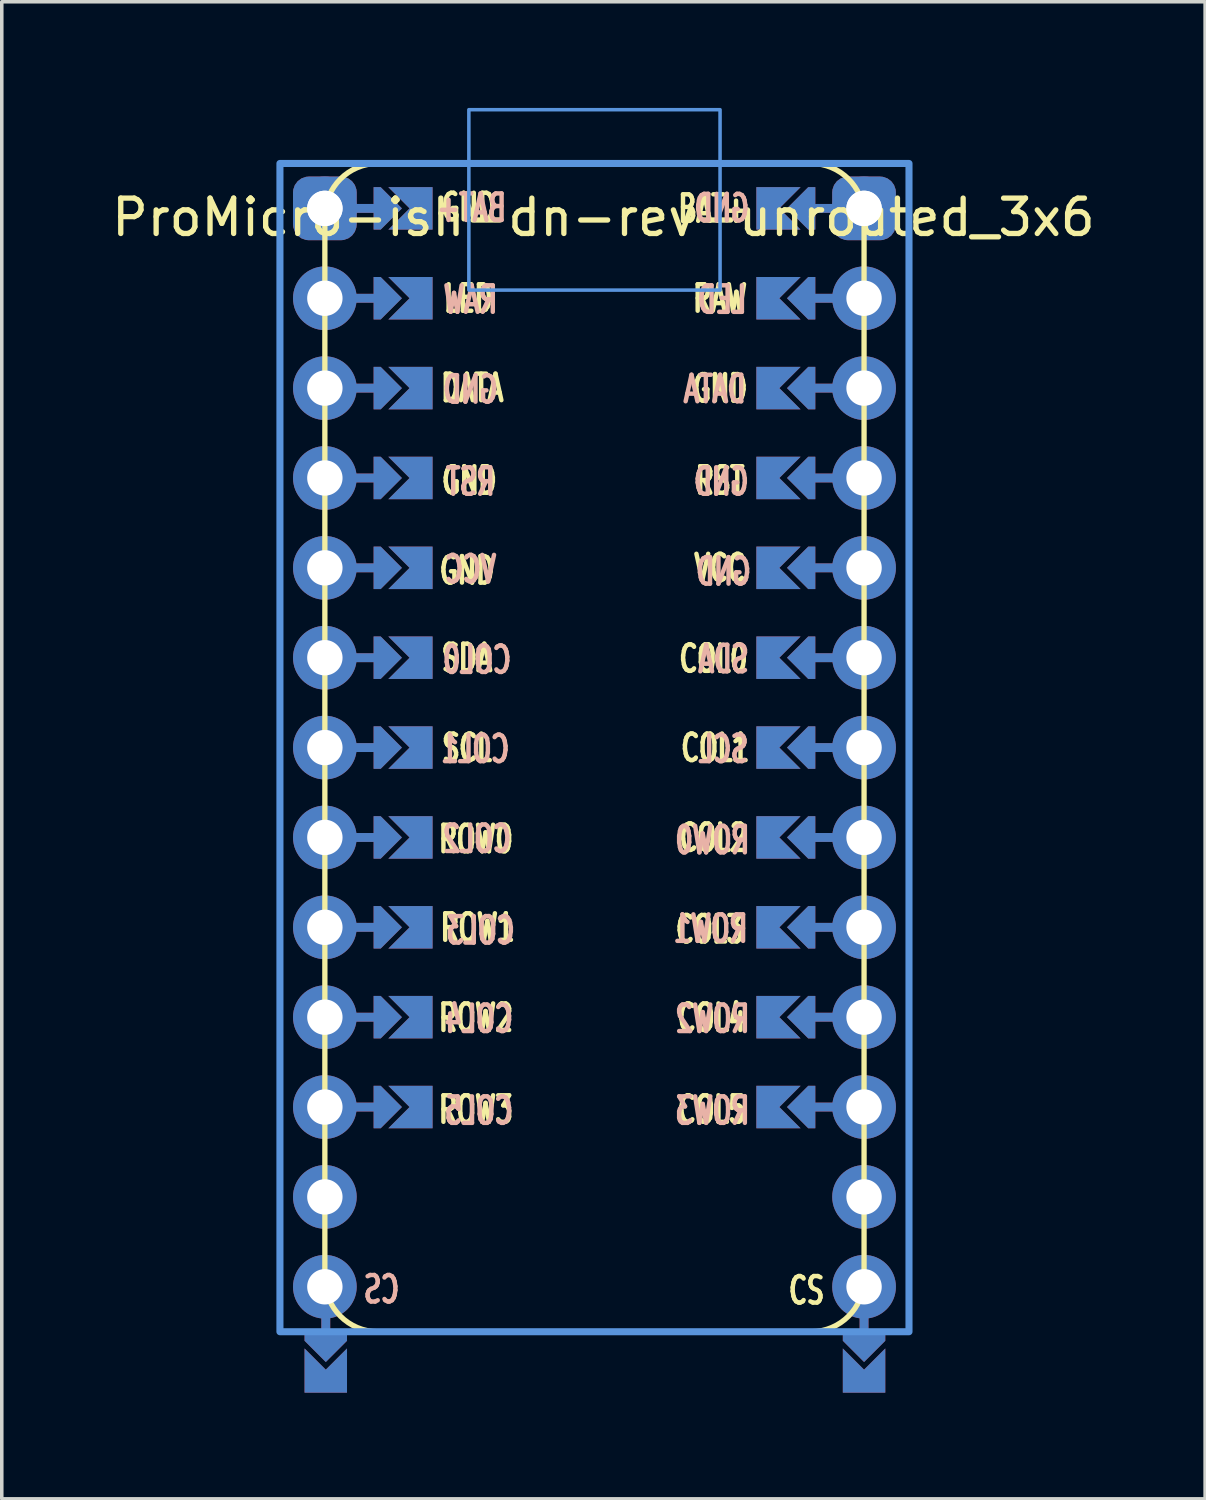
<source format=kicad_pcb>
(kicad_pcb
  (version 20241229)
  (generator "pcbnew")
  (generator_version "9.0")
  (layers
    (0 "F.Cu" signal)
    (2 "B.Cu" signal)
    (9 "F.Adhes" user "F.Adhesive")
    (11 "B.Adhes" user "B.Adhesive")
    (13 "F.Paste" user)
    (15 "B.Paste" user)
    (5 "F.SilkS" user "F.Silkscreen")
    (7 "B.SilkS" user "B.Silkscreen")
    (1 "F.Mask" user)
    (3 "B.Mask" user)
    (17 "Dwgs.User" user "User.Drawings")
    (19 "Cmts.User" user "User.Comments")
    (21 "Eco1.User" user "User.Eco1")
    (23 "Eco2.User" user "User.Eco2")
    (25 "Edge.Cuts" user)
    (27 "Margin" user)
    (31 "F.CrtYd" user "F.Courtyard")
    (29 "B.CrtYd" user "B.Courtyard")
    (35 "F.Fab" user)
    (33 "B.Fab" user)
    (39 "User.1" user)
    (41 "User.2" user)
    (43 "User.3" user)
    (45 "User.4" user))
  (footprint "ProMicro-ish-dn-rev-unrouted_3x6"
    (layer "F.Cu")
    (at 13.6 19.401)
    (property "Reference" "ProMicro-ish-dn-rev-unrouted_3x6" (at 0.406 -16.307 0) (layer "F.SilkS") (effects (font (size 1 1) (thickness 0.15))))
    (attr through_hole)
    (fp_poly (pts (xy -6.934 16.408) (xy -7.95 16.408) (xy -7.95 15.392) (xy -6.934 15.392)) (stroke (width 0.1) (type solid)) (fill yes) (layer "F.Mask"))
    (fp_poly (pts (xy -4.928 -14.529) (xy -4.928 -13.513) (xy -5.944 -13.513) (xy -5.944 -14.529)) (stroke (width 0.1) (type solid)) (fill yes) (layer "F.Mask"))
    (fp_poly (pts (xy -4.928 -11.989) (xy -4.928 -10.973) (xy -5.944 -10.973) (xy -5.944 -11.989)) (stroke (width 0.1) (type solid)) (fill yes) (layer "F.Mask"))
    (fp_poly (pts (xy -4.928 -9.449) (xy -4.928 -8.433) (xy -5.944 -8.433) (xy -5.944 -9.449)) (stroke (width 0.1) (type solid)) (fill yes) (layer "F.Mask"))
    (fp_poly (pts (xy -4.928 -6.909) (xy -4.928 -5.893) (xy -5.944 -5.893) (xy -5.944 -6.909)) (stroke (width 0.1) (type solid)) (fill yes) (layer "F.Mask"))
    (fp_poly (pts (xy -4.928 -4.369) (xy -4.928 -3.353) (xy -5.944 -3.353) (xy -5.944 -4.369)) (stroke (width 0.1) (type solid)) (fill yes) (layer "F.Mask"))
    (fp_poly (pts (xy -4.928 -1.829) (xy -4.928 -0.813) (xy -5.944 -0.813) (xy -5.944 -1.829)) (stroke (width 0.1) (type solid)) (fill yes) (layer "F.Mask"))
    (fp_poly (pts (xy -4.928 0.711) (xy -4.928 1.727) (xy -5.944 1.727) (xy -5.944 0.711)) (stroke (width 0.1) (type solid)) (fill yes) (layer "F.Mask"))
    (fp_poly (pts (xy -4.928 3.251) (xy -4.928 4.267) (xy -5.944 4.267) (xy -5.944 3.251)) (stroke (width 0.1) (type solid)) (fill yes) (layer "F.Mask"))
    (fp_poly (pts (xy -4.928 5.791) (xy -4.928 6.807) (xy -5.944 6.807) (xy -5.944 5.791)) (stroke (width 0.1) (type solid)) (fill yes) (layer "F.Mask"))
    (fp_poly (pts (xy -4.928 8.331) (xy -4.928 9.347) (xy -5.944 9.347) (xy -5.944 8.331)) (stroke (width 0.1) (type solid)) (fill yes) (layer "F.Mask"))
    (fp_poly (pts (xy 5.232 -13.513) (xy 5.232 -14.529) (xy 6.248 -14.529) (xy 6.248 -13.513)) (stroke (width 0.1) (type solid)) (fill yes) (layer "F.Mask"))
    (fp_poly (pts (xy 5.232 -10.973) (xy 5.232 -11.989) (xy 6.248 -11.989) (xy 6.248 -10.973)) (stroke (width 0.1) (type solid)) (fill yes) (layer "F.Mask"))
    (fp_poly (pts (xy 5.232 -8.433) (xy 5.232 -9.449) (xy 6.248 -9.449) (xy 6.248 -8.433)) (stroke (width 0.1) (type solid)) (fill yes) (layer "F.Mask"))
    (fp_poly (pts (xy 5.232 -5.893) (xy 5.232 -6.909) (xy 6.248 -6.909) (xy 6.248 -5.893)) (stroke (width 0.1) (type solid)) (fill yes) (layer "F.Mask"))
    (fp_poly (pts (xy 5.232 -3.353) (xy 5.232 -4.369) (xy 6.248 -4.369) (xy 6.248 -3.353)) (stroke (width 0.1) (type solid)) (fill yes) (layer "F.Mask"))
    (fp_poly (pts (xy 5.232 -0.813) (xy 5.232 -1.829) (xy 6.248 -1.829) (xy 6.248 -0.813)) (stroke (width 0.1) (type solid)) (fill yes) (layer "F.Mask"))
    (fp_poly (pts (xy 5.232 1.727) (xy 5.232 0.711) (xy 6.248 0.711) (xy 6.248 1.727)) (stroke (width 0.1) (type solid)) (fill yes) (layer "F.Mask"))
    (fp_poly (pts (xy 5.232 4.267) (xy 5.232 3.251) (xy 6.248 3.251) (xy 6.248 4.267)) (stroke (width 0.1) (type solid)) (fill yes) (layer "F.Mask"))
    (fp_poly (pts (xy 5.232 6.807) (xy 5.232 5.791) (xy 6.248 5.791) (xy 6.248 6.807)) (stroke (width 0.1) (type solid)) (fill yes) (layer "F.Mask"))
    (fp_poly (pts (xy 5.232 9.347) (xy 5.232 8.331) (xy 6.248 8.331) (xy 6.248 9.347)) (stroke (width 0.1) (type solid)) (fill yes) (layer "F.Mask"))
    (fp_poly (pts (xy 8.28 16.408) (xy 7.264 16.408) (xy 7.264 15.392) (xy 8.28 15.392)) (stroke (width 0.1) (type solid)) (fill yes) (layer "F.Mask"))
    (fp_poly (pts (xy -6.934 16.408) (xy -7.95 16.408) (xy -7.95 15.392) (xy -6.934 15.392)) (stroke (width 0.1) (type solid)) (fill yes) (layer "B.Mask"))
    (fp_poly (pts (xy -4.928 -14.529) (xy -4.928 -13.513) (xy -5.944 -13.513) (xy -5.944 -14.529)) (stroke (width 0.1) (type solid)) (fill yes) (layer "B.Mask"))
    (fp_poly (pts (xy -4.928 -11.989) (xy -4.928 -10.973) (xy -5.944 -10.973) (xy -5.944 -11.989)) (stroke (width 0.1) (type solid)) (fill yes) (layer "B.Mask"))
    (fp_poly (pts (xy -4.928 -9.449) (xy -4.928 -8.433) (xy -5.944 -8.433) (xy -5.944 -9.449)) (stroke (width 0.1) (type solid)) (fill yes) (layer "B.Mask"))
    (fp_poly (pts (xy -4.928 -6.909) (xy -4.928 -5.893) (xy -5.944 -5.893) (xy -5.944 -6.909)) (stroke (width 0.1) (type solid)) (fill yes) (layer "B.Mask"))
    (fp_poly (pts (xy -4.928 -4.369) (xy -4.928 -3.353) (xy -5.944 -3.353) (xy -5.944 -4.369)) (stroke (width 0.1) (type solid)) (fill yes) (layer "B.Mask"))
    (fp_poly (pts (xy -4.928 -1.829) (xy -4.928 -0.813) (xy -5.944 -0.813) (xy -5.944 -1.829)) (stroke (width 0.1) (type solid)) (fill yes) (layer "B.Mask"))
    (fp_poly (pts (xy -4.928 0.711) (xy -4.928 1.727) (xy -5.944 1.727) (xy -5.944 0.711)) (stroke (width 0.1) (type solid)) (fill yes) (layer "B.Mask"))
    (fp_poly (pts (xy -4.928 3.251) (xy -4.928 4.267) (xy -5.944 4.267) (xy -5.944 3.251)) (stroke (width 0.1) (type solid)) (fill yes) (layer "B.Mask"))
    (fp_poly (pts (xy -4.928 5.791) (xy -4.928 6.807) (xy -5.944 6.807) (xy -5.944 5.791)) (stroke (width 0.1) (type solid)) (fill yes) (layer "B.Mask"))
    (fp_poly (pts (xy -4.928 8.331) (xy -4.928 9.347) (xy -5.944 9.347) (xy -5.944 8.331)) (stroke (width 0.1) (type solid)) (fill yes) (layer "B.Mask"))
    (fp_poly (pts (xy 5.232 -13.513) (xy 5.232 -14.529) (xy 6.248 -14.529) (xy 6.248 -13.513)) (stroke (width 0.1) (type solid)) (fill yes) (layer "B.Mask"))
    (fp_poly (pts (xy 5.232 -10.973) (xy 5.232 -11.989) (xy 6.248 -11.989) (xy 6.248 -10.973)) (stroke (width 0.1) (type solid)) (fill yes) (layer "B.Mask"))
    (fp_poly (pts (xy 5.232 -8.433) (xy 5.232 -9.449) (xy 6.248 -9.449) (xy 6.248 -8.433)) (stroke (width 0.1) (type solid)) (fill yes) (layer "B.Mask"))
    (fp_poly (pts (xy 5.232 -5.893) (xy 5.232 -6.909) (xy 6.248 -6.909) (xy 6.248 -5.893)) (stroke (width 0.1) (type solid)) (fill yes) (layer "B.Mask"))
    (fp_poly (pts (xy 5.232 -3.353) (xy 5.232 -4.369) (xy 6.248 -4.369) (xy 6.248 -3.353)) (stroke (width 0.1) (type solid)) (fill yes) (layer "B.Mask"))
    (fp_poly (pts (xy 5.232 -0.813) (xy 5.232 -1.829) (xy 6.248 -1.829) (xy 6.248 -0.813)) (stroke (width 0.1) (type solid)) (fill yes) (layer "B.Mask"))
    (fp_poly (pts (xy 5.232 1.727) (xy 5.232 0.711) (xy 6.248 0.711) (xy 6.248 1.727)) (stroke (width 0.1) (type solid)) (fill yes) (layer "B.Mask"))
    (fp_poly (pts (xy 5.232 4.267) (xy 5.232 3.251) (xy 6.248 3.251) (xy 6.248 4.267)) (stroke (width 0.1) (type solid)) (fill yes) (layer "B.Mask"))
    (fp_poly (pts (xy 5.232 6.807) (xy 5.232 5.791) (xy 6.248 5.791) (xy 6.248 6.807)) (stroke (width 0.1) (type solid)) (fill yes) (layer "B.Mask"))
    (fp_poly (pts (xy 5.232 9.347) (xy 5.232 8.331) (xy 6.248 8.331) (xy 6.248 9.347)) (stroke (width 0.1) (type solid)) (fill yes) (layer "B.Mask"))
    (fp_poly (pts (xy 8.28 16.408) (xy 7.264 16.408) (xy 7.264 15.392) (xy 8.28 15.392)) (stroke (width 0.1) (type solid)) (fill yes) (layer "B.Mask"))
    (fp_line (start -7.468 -16.331) (end -7.468 13.749) (stroke (width 0.15) (type default)) (layer "F.SilkS"))
    (fp_line (start -5.968 15.189) (end 6.272 15.189) (stroke (width 0.15) (type default)) (layer "F.SilkS"))
    (fp_line (start 6.272 -17.831) (end -5.968 -17.831) (stroke (width 0.15) (type default)) (layer "F.SilkS"))
    (fp_line (start 7.772 13.749) (end 7.772 -16.331) (stroke (width 0.15) (type default)) (layer "F.SilkS"))
    (fp_arc (start -7.4676 -16.3308) (mid -7.02826 -17.39146) (end -5.9676 -17.8308) (stroke (width 0.15) (type default)) (layer "F.SilkS"))
    (fp_arc (start -5.9676 15.1892) (mid -7.02826 14.74986) (end -7.4676 13.6892) (stroke (width 0.15) (type default)) (layer "F.SilkS"))
    (fp_arc (start 6.2724 -17.8308) (mid 7.33306 -17.39146) (end 7.7724 -16.3308) (stroke (width 0.15) (type default)) (layer "F.SilkS"))
    (fp_arc (start 7.7724 13.6892) (mid 7.33306 14.74986) (end 6.2724 15.1892) (stroke (width 0.15) (type default)) (layer "F.SilkS"))
    (fp_rect (start -8.738 -17.831) (end 9.042 15.189) (stroke (width 0.2) (type solid)) (fill no) (layer "Cmts.User"))
    (fp_rect (start 3.702 -19.351) (end -3.398 -14.251) (stroke (width 0.1) (type default)) (fill no) (layer "Cmts.User"))
    (fp_text user "DATA" (at -3.3 -11.481 0) (layer "F.SilkS") (effects (font (size 0.75 0.5) (thickness 0.125))))
    (fp_text user "COL4" (at 3.466 6.319 0) (layer "F.SilkS") (effects (font (size 0.75 0.5) (thickness 0.125))))
    (fp_text user "COL0" (at 3.515 -3.831 0) (layer "F.SilkS") (effects (font (size 0.75 0.5) (thickness 0.125))))
    (fp_text user "BAT+" (at 3.5 -16.55 0) (layer "F.SilkS") (effects (font (size 0.75 0.5) (thickness 0.125))))
    (fp_text user "ROW2" (at -3.2 6.319 0) (layer "F.SilkS") (effects (font (size 0.75 0.5) (thickness 0.125))))
    (fp_text user "COL1" (at 3.566 -1.309 0) (layer "F.SilkS") (effects (font (size 0.75 0.5) (thickness 0.125))))
    (fp_text user "CS" (at 6.147 14.025 0) (layer "F.SilkS") (effects (font (size 0.75 0.5) (thickness 0.125))))
    (fp_text user "GND" (at -3.401 -16.594 0) (layer "F.SilkS") (effects (font (size 0.75 0.5) (thickness 0.125))))
    (fp_text user "VCC" (at 3.7 -6.389 0) (layer "F.SilkS") (effects (font (size 0.75 0.5) (thickness 0.125))))
    (fp_text user "COL5" (at 3.466 8.915 0) (layer "F.SilkS") (effects (font (size 0.75 0.5) (thickness 0.125))))
    (fp_text user "ROW1" (at -3.15 3.771 0) (layer "F.SilkS") (effects (font (size 0.75 0.5) (thickness 0.125))))
    (fp_text user "GND" (at -3.386 -8.865 0) (layer "F.SilkS") (effects (font (size 0.75 0.5) (thickness 0.125))))
    (fp_text user "RAW" (at 3.7 -14.009 0) (layer "F.SilkS") (effects (font (size 0.75 0.5) (thickness 0.125))))
    (fp_text user "LED" (at -3.411 -14.009 0) (layer "F.SilkS") (effects (font (size 0.75 0.5) (thickness 0.125))))
    (fp_text user "SDA" (at -3.45 -3.849 0) (layer "F.SilkS") (effects (font (size 0.75 0.5) (thickness 0.125))))
    (fp_text user "GND" (at -3.45 -6.325 0) (layer "F.SilkS") (effects (font (size 0.75 0.5) (thickness 0.125))))
    (fp_text user "GND" (at 3.7 -11.469 0) (layer "F.SilkS") (effects (font (size 0.75 0.5) (thickness 0.125))))
    (fp_text user "ROW3" (at -3.2 8.915 0) (layer "F.SilkS") (effects (font (size 0.75 0.5) (thickness 0.125))))
    (fp_text user "SCL" (at -3.45 -1.309 0) (layer "F.SilkS") (effects (font (size 0.75 0.5) (thickness 0.125))))
    (fp_text user "COL3" (at 3.416 3.819 0) (layer "F.SilkS") (effects (font (size 0.75 0.5) (thickness 0.125))))
    (fp_text user "COL2" (at 3.515 1.231 0) (layer "F.SilkS") (effects (font (size 0.75 0.5) (thickness 0.125))))
    (fp_text user "ROW0" (at -3.2 1.269 0) (layer "F.SilkS") (effects (font (size 0.75 0.5) (thickness 0.125))))
    (fp_text user "RST" (at 3.7 -8.865 0) (layer "F.SilkS") (effects (font (size 0.75 0.5) (thickness 0.125))))
    (fp_text user "VCC" (at -3.353 -6.358 0) (layer "B.SilkS") (effects (font (size 0.75 0.5) (thickness 0.125)) (justify mirror)))
    (fp_text user "GND" (at 3.735 -8.835 0) (layer "B.SilkS") (effects (font (size 0.75 0.5) (thickness 0.125)) (justify mirror)))
    (fp_text user "COL2" (at -3.168 1.262 0) (layer "B.SilkS") (effects (font (size 0.75 0.5) (thickness 0.125)) (justify mirror)))
    (fp_text user "SCL" (at 3.799 -1.278 0) (layer "B.SilkS") (effects (font (size 0.75 0.5) (thickness 0.125)) (justify mirror)))
    (fp_text user "COL3" (at -3.068 3.85 0) (layer "B.SilkS") (effects (font (size 0.75 0.5) (thickness 0.125)) (justify mirror)))
    (fp_text user "GND" (at -3.353 -11.438 0) (layer "B.SilkS") (effects (font (size 0.75 0.5) (thickness 0.125)) (justify mirror)))
    (fp_text user "GND" (at 3.75 -16.563 0) (layer "B.SilkS") (effects (font (size 0.75 0.5) (thickness 0.125)) (justify mirror)))
    (fp_text user "CS" (at -5.867 13.995 0) (layer "B.SilkS") (effects (font (size 0.75 0.5) (thickness 0.125)) (justify mirror)))
    (fp_text user "COL1" (at -3.218 -1.278 0) (layer "B.SilkS") (effects (font (size 0.75 0.5) (thickness 0.125)) (justify mirror)))
    (fp_text user "SDA" (at 3.799 -3.818 0) (layer "B.SilkS") (effects (font (size 0.75 0.5) (thickness 0.125)) (justify mirror)))
    (fp_text user "ROW3" (at 3.486 8.945 0) (layer "B.SilkS") (effects (font (size 0.75 0.5) (thickness 0.125)) (justify mirror)))
    (fp_text user "ROW1" (at 3.436 3.802 0) (layer "B.SilkS") (effects (font (size 0.75 0.5) (thickness 0.125)) (justify mirror)))
    (fp_text user "ROW2" (at 3.486 6.35 0) (layer "B.SilkS") (effects (font (size 0.75 0.5) (thickness 0.125)) (justify mirror)))
    (fp_text user "BAT+" (at -3.318 -16.575 0) (layer "B.SilkS") (effects (font (size 0.75 0.5) (thickness 0.125)) (justify mirror)))
    (fp_text user "DATA" (at 3.55 -11.45 0) (layer "B.SilkS") (effects (font (size 0.75 0.5) (thickness 0.125)) (justify mirror)))
    (fp_text user "COL4" (at -3.118 6.35 0) (layer "B.SilkS") (effects (font (size 0.75 0.5) (thickness 0.125)) (justify mirror)))
    (fp_text user "ROW0" (at 3.486 1.3 0) (layer "B.SilkS") (effects (font (size 0.75 0.5) (thickness 0.125)) (justify mirror)))
    (fp_text user "RAW" (at -3.353 -13.978 0) (layer "B.SilkS") (effects (font (size 0.75 0.5) (thickness 0.125)) (justify mirror)))
    (fp_text user "COL5" (at -3.118 8.945 0) (layer "B.SilkS") (effects (font (size 0.75 0.5) (thickness 0.125)) (justify mirror)))
    (fp_text user "RST" (at -3.353 -8.835 0) (layer "B.SilkS") (effects (font (size 0.75 0.5) (thickness 0.125)) (justify mirror)))
    (fp_text user "COL0" (at -3.168 -3.8 0) (layer "B.SilkS") (effects (font (size 0.75 0.5) (thickness 0.125)) (justify mirror)))
    (fp_text user "LED" (at 3.76 -13.978 0) (layer "B.SilkS") (effects (font (size 0.75 0.5) (thickness 0.125)) (justify mirror)))
    (fp_text user "GND" (at 3.799 -6.295 0) (layer "B.SilkS") (effects (font (size 0.75 0.5) (thickness 0.125)) (justify mirror)))
    (pad "" thru_hole circle (at -7.468 -16.561 270) (size 1.8 1.8) (drill 1) (layers "*.Cu" "*.Mask"))
    (pad "" thru_hole roundrect (at -7.468 -16.561 270) (size 1.8 1.8) (drill 1) (layers "*.Cu" "B.Mask") (roundrect_rratio 0.25))
    (pad "" thru_hole circle (at -7.468 -14.021 270) (size 1.8 1.8) (drill 1) (layers "*.Cu" "*.Mask"))
    (pad "" thru_hole circle (at -7.468 -11.481 270) (size 1.8 1.8) (drill 1) (layers "*.Cu" "*.Mask"))
    (pad "" thru_hole circle (at -7.468 -8.941 270) (size 1.8 1.8) (drill 1) (layers "*.Cu" "*.Mask"))
    (pad "" thru_hole circle (at -7.468 -6.401 270) (size 1.8 1.8) (drill 1) (layers "*.Cu" "*.Mask"))
    (pad "" thru_hole circle (at -7.468 -3.861 270) (size 1.8 1.8) (drill 1) (layers "*.Cu" "*.Mask"))
    (pad "" thru_hole circle (at -7.468 -1.321 270) (size 1.8 1.8) (drill 1) (layers "*.Cu" "*.Mask"))
    (pad "" thru_hole circle (at -7.468 1.219 270) (size 1.8 1.8) (drill 1) (layers "*.Cu" "*.Mask"))
    (pad "" thru_hole circle (at -7.468 3.759 270) (size 1.8 1.8) (drill 1) (layers "*.Cu" "*.Mask"))
    (pad "" thru_hole circle (at -7.468 6.299 270) (size 1.8 1.8) (drill 1) (layers "*.Cu" "*.Mask"))
    (pad "" thru_hole circle (at -7.468 8.839 270) (size 1.8 1.8) (drill 1) (layers "*.Cu" "*.Mask"))
    (pad "" thru_hole circle (at -7.468 11.379 270) (size 1.8 1.8) (drill 1) (layers "*.Cu" "*.Mask"))
    (pad "" thru_hole circle (at -7.468 13.919 270) (size 1.8 1.8) (drill 1) (layers "*.Cu" "*.Mask"))
    (pad "" smd custom (at -7.442 15.138) (size 0.25 1) (layers "F.Cu") (options (anchor rect)) (primitives))
    (pad "" smd custom (at -7.442 15.138) (size 0.25 1) (layers "B.Cu") (options (anchor rect)) (primitives))
    (pad "" smd custom (at -7.442 15.646) (size 0.1 0.1) (layers "F.Cu" "F.Mask") (options (anchor rect)) (primitives (gr_poly (pts (xy 0.6 -0.4) (xy -0.6 -0.4) (xy -0.6 -0.2) (xy 0 0.4) (xy 0.6 -0.2)) (width 0) (fill yes))))
    (pad "" smd custom (at -7.442 15.646) (size 0.1 0.1) (layers "B.Cu" "B.Mask") (options (anchor rect)) (primitives (gr_poly (pts (xy 0.6 -0.4) (xy -0.6 -0.4) (xy -0.6 -0.2) (xy 0 0.4) (xy 0.6 -0.2)) (width 0) (fill yes))))
    (pad "" smd custom (at -6.198 -16.561 90) (size 0.25 1) (layers "F.Cu") (options (anchor rect)) (primitives))
    (pad "" smd custom (at -6.198 -16.561 90) (size 0.25 1) (layers "B.Cu") (options (anchor rect)) (primitives))
    (pad "" smd custom (at -6.198 -14.021 90) (size 0.25 1) (layers "F.Cu") (options (anchor rect)) (primitives))
    (pad "" smd custom (at -6.198 -14.021 90) (size 0.25 1) (layers "B.Cu") (options (anchor rect)) (primitives))
    (pad "" smd custom (at -6.198 -11.481 90) (size 0.25 1) (layers "F.Cu") (options (anchor rect)) (primitives))
    (pad "" smd custom (at -6.198 -11.481 90) (size 0.25 1) (layers "B.Cu") (options (anchor rect)) (primitives))
    (pad "" smd custom (at -6.198 -8.941 90) (size 0.25 1) (layers "F.Cu") (options (anchor rect)) (primitives))
    (pad "" smd custom (at -6.198 -8.941 90) (size 0.25 1) (layers "B.Cu") (options (anchor rect)) (primitives))
    (pad "" smd custom (at -6.198 -6.401 90) (size 0.25 1) (layers "F.Cu") (options (anchor rect)) (primitives))
    (pad "" smd custom (at -6.198 -6.401 90) (size 0.25 1) (layers "B.Cu") (options (anchor rect)) (primitives))
    (pad "" smd custom (at -6.198 -3.861 90) (size 0.25 1) (layers "F.Cu") (options (anchor rect)) (primitives))
    (pad "" smd custom (at -6.198 -3.861 90) (size 0.25 1) (layers "B.Cu") (options (anchor rect)) (primitives))
    (pad "" smd custom (at -6.198 -1.321 90) (size 0.25 1) (layers "F.Cu") (options (anchor rect)) (primitives))
    (pad "" smd custom (at -6.198 -1.321 90) (size 0.25 1) (layers "B.Cu") (options (anchor rect)) (primitives))
    (pad "" smd custom (at -6.198 1.219 90) (size 0.25 1) (layers "F.Cu") (options (anchor rect)) (primitives))
    (pad "" smd custom (at -6.198 1.219 90) (size 0.25 1) (layers "B.Cu") (options (anchor rect)) (primitives))
    (pad "" smd custom (at -6.198 3.759 90) (size 0.25 1) (layers "F.Cu") (options (anchor rect)) (primitives))
    (pad "" smd custom (at -6.198 3.759 90) (size 0.25 1) (layers "B.Cu") (options (anchor rect)) (primitives))
    (pad "" smd custom (at -6.198 6.299 90) (size 0.25 1) (layers "F.Cu") (options (anchor rect)) (primitives))
    (pad "" smd custom (at -6.198 6.299 90) (size 0.25 1) (layers "B.Cu") (options (anchor rect)) (primitives))
    (pad "" smd custom (at -6.198 8.839 90) (size 0.25 1) (layers "F.Cu") (options (anchor rect)) (primitives))
    (pad "" smd custom (at -6.198 8.839 90) (size 0.25 1) (layers "B.Cu") (options (anchor rect)) (primitives))
    (pad "" smd custom (at -5.69 -16.561 90) (size 0.1 0.1) (layers "F.Cu" "F.Mask") (options (anchor rect)) (primitives (gr_poly (pts (xy 0.6 -0.4) (xy -0.6 -0.4) (xy -0.6 -0.2) (xy 0 0.4) (xy 0.6 -0.2)) (width 0) (fill yes))))
    (pad "" smd custom (at -5.69 -16.561 90) (size 0.1 0.1) (layers "B.Cu" "B.Mask") (options (anchor rect)) (primitives (gr_poly (pts (xy 0.6 -0.4) (xy -0.6 -0.4) (xy -0.6 -0.2) (xy 0 0.4) (xy 0.6 -0.2)) (width 0) (fill yes))))
    (pad "" smd custom (at -5.69 -14.021 90) (size 0.1 0.1) (layers "F.Cu" "F.Mask") (options (anchor rect)) (primitives (gr_poly (pts (xy 0.6 -0.4) (xy -0.6 -0.4) (xy -0.6 -0.2) (xy 0 0.4) (xy 0.6 -0.2)) (width 0) (fill yes))))
    (pad "" smd custom (at -5.69 -14.021 90) (size 0.1 0.1) (layers "B.Cu" "B.Mask") (options (anchor rect)) (primitives (gr_poly (pts (xy 0.6 -0.4) (xy -0.6 -0.4) (xy -0.6 -0.2) (xy 0 0.4) (xy 0.6 -0.2)) (width 0) (fill yes))))
    (pad "" smd custom (at -5.69 -11.481 90) (size 0.1 0.1) (layers "F.Cu" "F.Mask") (options (anchor rect)) (primitives (gr_poly (pts (xy 0.6 -0.4) (xy -0.6 -0.4) (xy -0.6 -0.2) (xy 0 0.4) (xy 0.6 -0.2)) (width 0) (fill yes))))
    (pad "" smd custom (at -5.69 -11.481 90) (size 0.1 0.1) (layers "B.Cu" "B.Mask") (options (anchor rect)) (primitives (gr_poly (pts (xy 0.6 -0.4) (xy -0.6 -0.4) (xy -0.6 -0.2) (xy 0 0.4) (xy 0.6 -0.2)) (width 0) (fill yes))))
    (pad "" smd custom (at -5.69 -8.941 90) (size 0.1 0.1) (layers "F.Cu" "F.Mask") (options (anchor rect)) (primitives (gr_poly (pts (xy 0.6 -0.4) (xy -0.6 -0.4) (xy -0.6 -0.2) (xy 0 0.4) (xy 0.6 -0.2)) (width 0) (fill yes))))
    (pad "" smd custom (at -5.69 -8.941 90) (size 0.1 0.1) (layers "B.Cu" "B.Mask") (options (anchor rect)) (primitives (gr_poly (pts (xy 0.6 -0.4) (xy -0.6 -0.4) (xy -0.6 -0.2) (xy 0 0.4) (xy 0.6 -0.2)) (width 0) (fill yes))))
    (pad "" smd custom (at -5.69 -6.401 90) (size 0.1 0.1) (layers "F.Cu" "F.Mask") (options (anchor rect)) (primitives (gr_poly (pts (xy 0.6 -0.4) (xy -0.6 -0.4) (xy -0.6 -0.2) (xy 0 0.4) (xy 0.6 -0.2)) (width 0) (fill yes))))
    (pad "" smd custom (at -5.69 -6.401 90) (size 0.1 0.1) (layers "B.Cu" "B.Mask") (options (anchor rect)) (primitives (gr_poly (pts (xy 0.6 -0.4) (xy -0.6 -0.4) (xy -0.6 -0.2) (xy 0 0.4) (xy 0.6 -0.2)) (width 0) (fill yes))))
    (pad "" smd custom (at -5.69 -3.861 90) (size 0.1 0.1) (layers "F.Cu" "F.Mask") (options (anchor rect)) (primitives (gr_poly (pts (xy 0.6 -0.4) (xy -0.6 -0.4) (xy -0.6 -0.2) (xy 0 0.4) (xy 0.6 -0.2)) (width 0) (fill yes))))
    (pad "" smd custom (at -5.69 -3.861 90) (size 0.1 0.1) (layers "B.Cu" "B.Mask") (options (anchor rect)) (primitives (gr_poly (pts (xy 0.6 -0.4) (xy -0.6 -0.4) (xy -0.6 -0.2) (xy 0 0.4) (xy 0.6 -0.2)) (width 0) (fill yes))))
    (pad "" smd custom (at -5.69 -1.321 90) (size 0.1 0.1) (layers "F.Cu" "F.Mask") (options (anchor rect)) (primitives (gr_poly (pts (xy 0.6 -0.4) (xy -0.6 -0.4) (xy -0.6 -0.2) (xy 0 0.4) (xy 0.6 -0.2)) (width 0) (fill yes))))
    (pad "" smd custom (at -5.69 -1.321 90) (size 0.1 0.1) (layers "B.Cu" "B.Mask") (options (anchor rect)) (primitives (gr_poly (pts (xy 0.6 -0.4) (xy -0.6 -0.4) (xy -0.6 -0.2) (xy 0 0.4) (xy 0.6 -0.2)) (width 0) (fill yes))))
    (pad "" smd custom (at -5.69 1.219 90) (size 0.1 0.1) (layers "F.Cu" "F.Mask") (options (anchor rect)) (primitives (gr_poly (pts (xy 0.6 -0.4) (xy -0.6 -0.4) (xy -0.6 -0.2) (xy 0 0.4) (xy 0.6 -0.2)) (width 0) (fill yes))))
    (pad "" smd custom (at -5.69 1.219 90) (size 0.1 0.1) (layers "B.Cu" "B.Mask") (options (anchor rect)) (primitives (gr_poly (pts (xy 0.6 -0.4) (xy -0.6 -0.4) (xy -0.6 -0.2) (xy 0 0.4) (xy 0.6 -0.2)) (width 0) (fill yes))))
    (pad "" smd custom (at -5.69 3.759 90) (size 0.1 0.1) (layers "F.Cu" "F.Mask") (options (anchor rect)) (primitives (gr_poly (pts (xy 0.6 -0.4) (xy -0.6 -0.4) (xy -0.6 -0.2) (xy 0 0.4) (xy 0.6 -0.2)) (width 0) (fill yes))))
    (pad "" smd custom (at -5.69 3.759 90) (size 0.1 0.1) (layers "B.Cu" "B.Mask") (options (anchor rect)) (primitives (gr_poly (pts (xy 0.6 -0.4) (xy -0.6 -0.4) (xy -0.6 -0.2) (xy 0 0.4) (xy 0.6 -0.2)) (width 0) (fill yes))))
    (pad "" smd custom (at -5.69 6.299 90) (size 0.1 0.1) (layers "F.Cu" "F.Mask") (options (anchor rect)) (primitives (gr_poly (pts (xy 0.6 -0.4) (xy -0.6 -0.4) (xy -0.6 -0.2) (xy 0 0.4) (xy 0.6 -0.2)) (width 0) (fill yes))))
    (pad "" smd custom (at -5.69 6.299 90) (size 0.1 0.1) (layers "B.Cu" "B.Mask") (options (anchor rect)) (primitives (gr_poly (pts (xy 0.6 -0.4) (xy -0.6 -0.4) (xy -0.6 -0.2) (xy 0 0.4) (xy 0.6 -0.2)) (width 0) (fill yes))))
    (pad "" smd custom (at -5.69 8.839 90) (size 0.1 0.1) (layers "F.Cu" "F.Mask") (options (anchor rect)) (primitives (gr_poly (pts (xy 0.6 -0.4) (xy -0.6 -0.4) (xy -0.6 -0.2) (xy 0 0.4) (xy 0.6 -0.2)) (width 0) (fill yes))))
    (pad "" smd custom (at -5.69 8.839 90) (size 0.1 0.1) (layers "B.Cu" "B.Mask") (options (anchor rect)) (primitives (gr_poly (pts (xy 0.6 -0.4) (xy -0.6 -0.4) (xy -0.6 -0.2) (xy 0 0.4) (xy 0.6 -0.2)) (width 0) (fill yes))))
    (pad "" smd custom (at 5.994 -16.561 270) (size 0.1 0.1) (layers "F.Cu" "F.Mask") (options (anchor rect)) (primitives (gr_poly (pts (xy 0.6 -0.4) (xy -0.6 -0.4) (xy -0.6 -0.2) (xy 0 0.4) (xy 0.6 -0.2)) (width 0) (fill yes))))
    (pad "" smd custom (at 5.994 -16.561 270) (size 0.1 0.1) (layers "B.Cu" "B.Mask") (options (anchor rect)) (primitives (gr_poly (pts (xy 0.6 -0.4) (xy -0.6 -0.4) (xy -0.6 -0.2) (xy 0 0.4) (xy 0.6 -0.2)) (width 0) (fill yes))))
    (pad "" smd custom (at 5.994 -14.021 270) (size 0.1 0.1) (layers "F.Cu" "F.Mask") (options (anchor rect)) (primitives (gr_poly (pts (xy 0.6 -0.4) (xy -0.6 -0.4) (xy -0.6 -0.2) (xy 0 0.4) (xy 0.6 -0.2)) (width 0) (fill yes))))
    (pad "" smd custom (at 5.994 -14.021 270) (size 0.1 0.1) (layers "B.Cu" "B.Mask") (options (anchor rect)) (primitives (gr_poly (pts (xy 0.6 -0.4) (xy -0.6 -0.4) (xy -0.6 -0.2) (xy 0 0.4) (xy 0.6 -0.2)) (width 0) (fill yes))))
    (pad "" smd custom (at 5.994 -11.481 270) (size 0.1 0.1) (layers "F.Cu" "F.Mask") (options (anchor rect)) (primitives (gr_poly (pts (xy 0.6 -0.4) (xy -0.6 -0.4) (xy -0.6 -0.2) (xy 0 0.4) (xy 0.6 -0.2)) (width 0) (fill yes))))
    (pad "" smd custom (at 5.994 -11.481 270) (size 0.1 0.1) (layers "B.Cu" "B.Mask") (options (anchor rect)) (primitives (gr_poly (pts (xy 0.6 -0.4) (xy -0.6 -0.4) (xy -0.6 -0.2) (xy 0 0.4) (xy 0.6 -0.2)) (width 0) (fill yes))))
    (pad "" smd custom (at 5.994 -8.941 270) (size 0.1 0.1) (layers "F.Cu" "F.Mask") (options (anchor rect)) (primitives (gr_poly (pts (xy 0.6 -0.4) (xy -0.6 -0.4) (xy -0.6 -0.2) (xy 0 0.4) (xy 0.6 -0.2)) (width 0) (fill yes))))
    (pad "" smd custom (at 5.994 -8.941 270) (size 0.1 0.1) (layers "B.Cu" "B.Mask") (options (anchor rect)) (primitives (gr_poly (pts (xy 0.6 -0.4) (xy -0.6 -0.4) (xy -0.6 -0.2) (xy 0 0.4) (xy 0.6 -0.2)) (width 0) (fill yes))))
    (pad "" smd custom (at 5.994 -6.401 270) (size 0.1 0.1) (layers "F.Cu" "F.Mask") (options (anchor rect)) (primitives (gr_poly (pts (xy 0.6 -0.4) (xy -0.6 -0.4) (xy -0.6 -0.2) (xy 0 0.4) (xy 0.6 -0.2)) (width 0) (fill yes))))
    (pad "" smd custom (at 5.994 -6.401 270) (size 0.1 0.1) (layers "B.Cu" "B.Mask") (options (anchor rect)) (primitives (gr_poly (pts (xy 0.6 -0.4) (xy -0.6 -0.4) (xy -0.6 -0.2) (xy 0 0.4) (xy 0.6 -0.2)) (width 0) (fill yes))))
    (pad "" smd custom (at 5.994 -3.861 270) (size 0.1 0.1) (layers "F.Cu" "F.Mask") (options (anchor rect)) (primitives (gr_poly (pts (xy 0.6 -0.4) (xy -0.6 -0.4) (xy -0.6 -0.2) (xy 0 0.4) (xy 0.6 -0.2)) (width 0) (fill yes))))
    (pad "" smd custom (at 5.994 -3.861 270) (size 0.1 0.1) (layers "B.Cu" "B.Mask") (options (anchor rect)) (primitives (gr_poly (pts (xy 0.6 -0.4) (xy -0.6 -0.4) (xy -0.6 -0.2) (xy 0 0.4) (xy 0.6 -0.2)) (width 0) (fill yes))))
    (pad "" smd custom (at 5.994 -1.321 270) (size 0.1 0.1) (layers "F.Cu" "F.Mask") (options (anchor rect)) (primitives (gr_poly (pts (xy 0.6 -0.4) (xy -0.6 -0.4) (xy -0.6 -0.2) (xy 0 0.4) (xy 0.6 -0.2)) (width 0) (fill yes))))
    (pad "" smd custom (at 5.994 -1.321 270) (size 0.1 0.1) (layers "B.Cu" "B.Mask") (options (anchor rect)) (primitives (gr_poly (pts (xy 0.6 -0.4) (xy -0.6 -0.4) (xy -0.6 -0.2) (xy 0 0.4) (xy 0.6 -0.2)) (width 0) (fill yes))))
    (pad "" smd custom (at 5.994 1.219 270) (size 0.1 0.1) (layers "F.Cu" "F.Mask") (options (anchor rect)) (primitives (gr_poly (pts (xy 0.6 -0.4) (xy -0.6 -0.4) (xy -0.6 -0.2) (xy 0 0.4) (xy 0.6 -0.2)) (width 0) (fill yes))))
    (pad "" smd custom (at 5.994 1.219 270) (size 0.1 0.1) (layers "B.Cu" "B.Mask") (options (anchor rect)) (primitives (gr_poly (pts (xy 0.6 -0.4) (xy -0.6 -0.4) (xy -0.6 -0.2) (xy 0 0.4) (xy 0.6 -0.2)) (width 0) (fill yes))))
    (pad "" smd custom (at 5.994 3.759 270) (size 0.1 0.1) (layers "F.Cu" "F.Mask") (options (anchor rect)) (primitives (gr_poly (pts (xy 0.6 -0.4) (xy -0.6 -0.4) (xy -0.6 -0.2) (xy 0 0.4) (xy 0.6 -0.2)) (width 0) (fill yes))))
    (pad "" smd custom (at 5.994 3.759 270) (size 0.1 0.1) (layers "B.Cu" "B.Mask") (options (anchor rect)) (primitives (gr_poly (pts (xy 0.6 -0.4) (xy -0.6 -0.4) (xy -0.6 -0.2) (xy 0 0.4) (xy 0.6 -0.2)) (width 0) (fill yes))))
    (pad "" smd custom (at 5.994 6.299 270) (size 0.1 0.1) (layers "F.Cu" "F.Mask") (options (anchor rect)) (primitives (gr_poly (pts (xy 0.6 -0.4) (xy -0.6 -0.4) (xy -0.6 -0.2) (xy 0 0.4) (xy 0.6 -0.2)) (width 0) (fill yes))))
    (pad "" smd custom (at 5.994 6.299 270) (size 0.1 0.1) (layers "B.Cu" "B.Mask") (options (anchor rect)) (primitives (gr_poly (pts (xy 0.6 -0.4) (xy -0.6 -0.4) (xy -0.6 -0.2) (xy 0 0.4) (xy 0.6 -0.2)) (width 0) (fill yes))))
    (pad "" smd custom (at 5.994 8.839 270) (size 0.1 0.1) (layers "F.Cu" "F.Mask") (options (anchor rect)) (primitives (gr_poly (pts (xy 0.6 -0.4) (xy -0.6 -0.4) (xy -0.6 -0.2) (xy 0 0.4) (xy 0.6 -0.2)) (width 0) (fill yes))))
    (pad "" smd custom (at 5.994 8.839 270) (size 0.1 0.1) (layers "B.Cu" "B.Mask") (options (anchor rect)) (primitives (gr_poly (pts (xy 0.6 -0.4) (xy -0.6 -0.4) (xy -0.6 -0.2) (xy 0 0.4) (xy 0.6 -0.2)) (width 0) (fill yes))))
    (pad "" smd custom (at 6.502 -16.561 270) (size 0.25 1) (layers "F.Cu") (options (anchor rect)) (primitives))
    (pad "" smd custom (at 6.502 -16.561 270) (size 0.25 1) (layers "B.Cu") (options (anchor rect)) (primitives))
    (pad "" smd custom (at 6.502 -14.021 270) (size 0.25 1) (layers "F.Cu") (options (anchor rect)) (primitives))
    (pad "" smd custom (at 6.502 -14.021 270) (size 0.25 1) (layers "B.Cu") (options (anchor rect)) (primitives))
    (pad "" smd custom (at 6.502 -11.481 270) (size 0.25 1) (layers "F.Cu") (options (anchor rect)) (primitives))
    (pad "" smd custom (at 6.502 -11.481 270) (size 0.25 1) (layers "B.Cu") (options (anchor rect)) (primitives))
    (pad "" smd custom (at 6.502 -8.941 270) (size 0.25 1) (layers "F.Cu") (options (anchor rect)) (primitives))
    (pad "" smd custom (at 6.502 -8.941 270) (size 0.25 1) (layers "B.Cu") (options (anchor rect)) (primitives))
    (pad "" smd custom (at 6.502 -6.401 270) (size 0.25 1) (layers "F.Cu") (options (anchor rect)) (primitives))
    (pad "" smd custom (at 6.502 -6.401 270) (size 0.25 1) (layers "B.Cu") (options (anchor rect)) (primitives))
    (pad "" smd custom (at 6.502 -3.861 270) (size 0.25 1) (layers "F.Cu") (options (anchor rect)) (primitives))
    (pad "" smd custom (at 6.502 -3.861 270) (size 0.25 1) (layers "B.Cu") (options (anchor rect)) (primitives))
    (pad "" smd custom (at 6.502 -1.321 270) (size 0.25 1) (layers "F.Cu") (options (anchor rect)) (primitives))
    (pad "" smd custom (at 6.502 -1.321 270) (size 0.25 1) (layers "B.Cu") (options (anchor rect)) (primitives))
    (pad "" smd custom (at 6.502 1.219 270) (size 0.25 1) (layers "F.Cu") (options (anchor rect)) (primitives))
    (pad "" smd custom (at 6.502 1.219 270) (size 0.25 1) (layers "B.Cu") (options (anchor rect)) (primitives))
    (pad "" smd custom (at 6.502 3.759 270) (size 0.25 1) (layers "F.Cu") (options (anchor rect)) (primitives))
    (pad "" smd custom (at 6.502 3.759 270) (size 0.25 1) (layers "B.Cu") (options (anchor rect)) (primitives))
    (pad "" smd custom (at 6.502 6.299 270) (size 0.25 1) (layers "F.Cu") (options (anchor rect)) (primitives))
    (pad "" smd custom (at 6.502 6.299 270) (size 0.25 1) (layers "B.Cu") (options (anchor rect)) (primitives))
    (pad "" smd custom (at 6.502 8.839 270) (size 0.25 1) (layers "F.Cu") (options (anchor rect)) (primitives))
    (pad "" smd custom (at 6.502 8.839 270) (size 0.25 1) (layers "B.Cu") (options (anchor rect)) (primitives))
    (pad "" thru_hole circle (at 7.772 -16.561 270) (size 1.8 1.8) (drill 1) (layers "*.Cu" "*.Mask"))
    (pad "" thru_hole roundrect (at 7.772 -16.561 270) (size 1.8 1.8) (drill 1) (layers "*.Cu" "F.Mask") (roundrect_rratio 0.25))
    (pad "" thru_hole circle (at 7.772 -14.021 270) (size 1.8 1.8) (drill 1) (layers "*.Cu" "*.Mask"))
    (pad "" thru_hole circle (at 7.772 -11.481 270) (size 1.8 1.8) (drill 1) (layers "*.Cu" "*.Mask"))
    (pad "" thru_hole circle (at 7.772 -8.941 270) (size 1.8 1.8) (drill 1) (layers "*.Cu" "*.Mask"))
    (pad "" thru_hole circle (at 7.772 -6.401 270) (size 1.8 1.8) (drill 1) (layers "*.Cu" "*.Mask"))
    (pad "" thru_hole circle (at 7.772 -3.861 270) (size 1.8 1.8) (drill 1) (layers "*.Cu" "*.Mask"))
    (pad "" thru_hole circle (at 7.772 -1.321 270) (size 1.8 1.8) (drill 1) (layers "*.Cu" "*.Mask"))
    (pad "" thru_hole circle (at 7.772 1.219 270) (size 1.8 1.8) (drill 1) (layers "*.Cu" "*.Mask"))
    (pad "" thru_hole circle (at 7.772 3.759 270) (size 1.8 1.8) (drill 1) (layers "*.Cu" "*.Mask"))
    (pad "" thru_hole circle (at 7.772 6.299 270) (size 1.8 1.8) (drill 1) (layers "*.Cu" "*.Mask"))
    (pad "" thru_hole circle (at 7.772 8.839 270) (size 1.8 1.8) (drill 1) (layers "*.Cu" "*.Mask"))
    (pad "" thru_hole circle (at 7.772 11.379 270) (size 1.8 1.8) (drill 1) (layers "*.Cu" "*.Mask"))
    (pad "" thru_hole circle (at 7.772 13.919 270) (size 1.8 1.8) (drill 1) (layers "*.Cu" "*.Mask"))
    (pad "" smd custom (at 7.772 15.138) (size 0.25 1) (layers "F.Cu") (options (anchor rect)) (primitives))
    (pad "" smd custom (at 7.772 15.138) (size 0.25 1) (layers "B.Cu") (options (anchor rect)) (primitives))
    (pad "" smd custom (at 7.772 15.646) (size 0.1 0.1) (layers "F.Cu" "F.Mask") (options (anchor rect)) (primitives (gr_poly (pts (xy 0.6 -0.4) (xy -0.6 -0.4) (xy -0.6 -0.2) (xy 0 0.4) (xy 0.6 -0.2)) (width 0) (fill yes))))
    (pad "" smd custom (at 7.772 15.646) (size 0.1 0.1) (layers "B.Cu" "B.Mask") (options (anchor rect)) (primitives (gr_poly (pts (xy 0.6 -0.4) (xy -0.6 -0.4) (xy -0.6 -0.2) (xy 0 0.4) (xy 0.6 -0.2)) (width 0) (fill yes))))
    (pad "1" smd custom (at -4.674 -14.021 90) (size 1.2 0.5) (layers "F.Cu" "F.Mask") (options (anchor rect)) (primitives (gr_poly (pts (xy -0.6 0) (xy 0.6 0) (xy 0.6 -1) (xy 0 -0.4) (xy -0.6 -1)) (width 0) (fill yes))))
    (pad "1" smd custom (at 4.978 -14.021 270) (size 1.2 0.5) (layers "B.Cu" "B.Mask") (options (anchor rect)) (primitives (gr_poly (pts (xy -0.6 0) (xy 0.6 0) (xy 0.6 -1) (xy 0 -0.4) (xy -0.6 -1)) (width 0) (fill yes))))
    (pad "2" smd custom (at -4.674 -11.481 90) (size 1.2 0.5) (layers "F.Cu" "F.Mask") (options (anchor rect)) (primitives (gr_poly (pts (xy -0.6 0) (xy 0.6 0) (xy 0.6 -1) (xy 0 -0.4) (xy -0.6 -1)) (width 0) (fill yes))))
    (pad "2" smd custom (at 4.978 -11.481 270) (size 1.2 0.5) (layers "B.Cu" "B.Mask") (options (anchor rect)) (primitives (gr_poly (pts (xy -0.6 0) (xy 0.6 0) (xy 0.6 -1) (xy 0 -0.4) (xy -0.6 -1)) (width 0) (fill yes))))
    (pad "3" smd custom (at -4.674 -8.941 90) (size 1.2 0.5) (layers "F.Cu" "F.Mask") (options (anchor rect)) (primitives (gr_poly (pts (xy -0.6 0) (xy 0.6 0) (xy 0.6 -1) (xy 0 -0.4) (xy -0.6 -1)) (width 0) (fill yes))))
    (pad "3" smd custom (at 4.978 -8.941 270) (size 1.2 0.5) (layers "B.Cu" "B.Mask") (options (anchor rect)) (primitives (gr_poly (pts (xy -0.6 0) (xy 0.6 0) (xy 0.6 -1) (xy 0 -0.4) (xy -0.6 -1)) (width 0) (fill yes))))
    (pad "4" smd custom (at -4.674 -6.401 90) (size 1.2 0.5) (layers "F.Cu" "F.Mask") (options (anchor rect)) (primitives (gr_poly (pts (xy -0.6 0) (xy 0.6 0) (xy 0.6 -1) (xy 0 -0.4) (xy -0.6 -1)) (width 0) (fill yes))))
    (pad "4" smd custom (at 4.978 -6.401 270) (size 1.2 0.5) (layers "B.Cu" "B.Mask") (options (anchor rect)) (primitives (gr_poly (pts (xy -0.6 0) (xy 0.6 0) (xy 0.6 -1) (xy 0 -0.4) (xy -0.6 -1)) (width 0) (fill yes))))
    (pad "5" smd custom (at -4.674 -3.861 90) (size 1.2 0.5) (layers "F.Cu" "F.Mask") (options (anchor rect)) (primitives (gr_poly (pts (xy -0.6 0) (xy 0.6 0) (xy 0.6 -1) (xy 0 -0.4) (xy -0.6 -1)) (width 0) (fill yes))))
    (pad "5" smd custom (at 4.978 -3.861 270) (size 1.2 0.5) (layers "B.Cu" "B.Mask") (options (anchor rect)) (primitives (gr_poly (pts (xy -0.6 0) (xy 0.6 0) (xy 0.6 -1) (xy 0 -0.4) (xy -0.6 -1)) (width 0) (fill yes))))
    (pad "6" smd custom (at -4.674 -1.321 90) (size 1.2 0.5) (layers "F.Cu" "F.Mask") (options (anchor rect)) (primitives (gr_poly (pts (xy -0.6 0) (xy 0.6 0) (xy 0.6 -1) (xy 0 -0.4) (xy -0.6 -1)) (width 0) (fill yes))))
    (pad "6" smd custom (at 4.978 -1.321 270) (size 1.2 0.5) (layers "B.Cu" "B.Mask") (options (anchor rect)) (primitives (gr_poly (pts (xy -0.6 0) (xy 0.6 0) (xy 0.6 -1) (xy 0 -0.4) (xy -0.6 -1)) (width 0) (fill yes))))
    (pad "7" smd custom (at -4.674 1.219 90) (size 1.2 0.5) (layers "F.Cu" "F.Mask") (options (anchor rect)) (primitives (gr_poly (pts (xy -0.6 0) (xy 0.6 0) (xy 0.6 -1) (xy 0 -0.4) (xy -0.6 -1)) (width 0) (fill yes))))
    (pad "7" smd custom (at 4.978 1.219 270) (size 1.2 0.5) (layers "B.Cu" "B.Mask") (options (anchor rect)) (primitives (gr_poly (pts (xy -0.6 0) (xy 0.6 0) (xy 0.6 -1) (xy 0 -0.4) (xy -0.6 -1)) (width 0) (fill yes))))
    (pad "8" smd custom (at -4.674 3.759 90) (size 1.2 0.5) (layers "F.Cu" "F.Mask") (options (anchor rect)) (primitives (gr_poly (pts (xy -0.6 0) (xy 0.6 0) (xy 0.6 -1) (xy 0 -0.4) (xy -0.6 -1)) (width 0) (fill yes))))
    (pad "8" smd custom (at 4.978 3.759 270) (size 1.2 0.5) (layers "B.Cu" "B.Mask") (options (anchor rect)) (primitives (gr_poly (pts (xy -0.6 0) (xy 0.6 0) (xy 0.6 -1) (xy 0 -0.4) (xy -0.6 -1)) (width 0) (fill yes))))
    (pad "9" smd custom (at -4.674 6.299 90) (size 1.2 0.5) (layers "F.Cu" "F.Mask") (options (anchor rect)) (primitives (gr_poly (pts (xy -0.6 0) (xy 0.6 0) (xy 0.6 -1) (xy 0 -0.4) (xy -0.6 -1)) (width 0) (fill yes))))
    (pad "9" smd custom (at 4.978 6.299 270) (size 1.2 0.5) (layers "B.Cu" "B.Mask") (options (anchor rect)) (primitives (gr_poly (pts (xy -0.6 0) (xy 0.6 0) (xy 0.6 -1) (xy 0 -0.4) (xy -0.6 -1)) (width 0) (fill yes))))
    (pad "10" smd custom (at -4.674 8.839 90) (size 1.2 0.5) (layers "F.Cu" "F.Mask") (options (anchor rect)) (primitives (gr_poly (pts (xy -0.6 0) (xy 0.6 0) (xy 0.6 -1) (xy 0 -0.4) (xy -0.6 -1)) (width 0) (fill yes))))
    (pad "10" smd custom (at 4.978 8.839 270) (size 1.2 0.5) (layers "B.Cu" "B.Mask") (options (anchor rect)) (primitives (gr_poly (pts (xy -0.6 0) (xy 0.6 0) (xy 0.6 -1) (xy 0 -0.4) (xy -0.6 -1)) (width 0) (fill yes))))
    (pad "12" smd custom (at -7.442 16.662) (size 1.2 0.5) (layers "F.Cu" "F.Mask") (options (anchor rect)) (primitives (gr_poly (pts (xy -0.6 0) (xy 0.6 0) (xy 0.6 -1) (xy 0 -0.4) (xy -0.6 -1)) (width 0) (fill yes))))
    (pad "12" smd custom (at 7.772 16.662) (size 1.2 0.5) (layers "B.Cu" "B.Mask") (options (anchor rect)) (primitives (gr_poly (pts (xy -0.6 0) (xy 0.6 0) (xy 0.6 -1) (xy 0 -0.4) (xy -0.6 -1)) (width 0) (fill yes))))
    (pad "13" smd custom (at -7.442 16.662) (size 1.2 0.5) (layers "B.Cu" "B.Mask") (options (anchor rect)) (primitives (gr_poly (pts (xy -0.6 0) (xy 0.6 0) (xy 0.6 -1) (xy 0 -0.4) (xy -0.6 -1)) (width 0) (fill yes))))
    (pad "13" smd custom (at 7.772 16.662) (size 1.2 0.5) (layers "F.Cu" "F.Mask") (options (anchor rect)) (primitives (gr_poly (pts (xy -0.6 0) (xy 0.6 0) (xy 0.6 -1) (xy 0 -0.4) (xy -0.6 -1)) (width 0) (fill yes))))
    (pad "15" smd custom (at -4.674 8.839 90) (size 1.2 0.5) (layers "B.Cu" "B.Mask") (options (anchor rect)) (primitives (gr_poly (pts (xy -0.6 0) (xy 0.6 0) (xy 0.6 -1) (xy 0 -0.4) (xy -0.6 -1)) (width 0) (fill yes))))
    (pad "15" smd custom (at 4.978 8.839 270) (size 1.2 0.5) (layers "F.Cu" "F.Mask") (options (anchor rect)) (primitives (gr_poly (pts (xy -0.6 0) (xy 0.6 0) (xy 0.6 -1) (xy 0 -0.4) (xy -0.6 -1)) (width 0) (fill yes))))
    (pad "16" smd custom (at -4.674 6.299 90) (size 1.2 0.5) (layers "B.Cu" "B.Mask") (options (anchor rect)) (primitives (gr_poly (pts (xy -0.6 0) (xy 0.6 0) (xy 0.6 -1) (xy 0 -0.4) (xy -0.6 -1)) (width 0) (fill yes))))
    (pad "16" smd custom (at 4.978 6.299 270) (size 1.2 0.5) (layers "F.Cu" "F.Mask") (options (anchor rect)) (primitives (gr_poly (pts (xy -0.6 0) (xy 0.6 0) (xy 0.6 -1) (xy 0 -0.4) (xy -0.6 -1)) (width 0) (fill yes))))
    (pad "17" smd custom (at -4.674 3.759 90) (size 1.2 0.5) (layers "B.Cu" "B.Mask") (options (anchor rect)) (primitives (gr_poly (pts (xy -0.6 0) (xy 0.6 0) (xy 0.6 -1) (xy 0 -0.4) (xy -0.6 -1)) (width 0) (fill yes))))
    (pad "17" smd custom (at 4.978 3.759 270) (size 1.2 0.5) (layers "F.Cu" "F.Mask") (options (anchor rect)) (primitives (gr_poly (pts (xy -0.6 0) (xy 0.6 0) (xy 0.6 -1) (xy 0 -0.4) (xy -0.6 -1)) (width 0) (fill yes))))
    (pad "18" smd custom (at -4.674 1.219 90) (size 1.2 0.5) (layers "B.Cu" "B.Mask") (options (anchor rect)) (primitives (gr_poly (pts (xy -0.6 0) (xy 0.6 0) (xy 0.6 -1) (xy 0 -0.4) (xy -0.6 -1)) (width 0) (fill yes))))
    (pad "18" smd custom (at 4.978 1.219 270) (size 1.2 0.5) (layers "F.Cu" "F.Mask") (options (anchor rect)) (primitives (gr_poly (pts (xy -0.6 0) (xy 0.6 0) (xy 0.6 -1) (xy 0 -0.4) (xy -0.6 -1)) (width 0) (fill yes))))
    (pad "19" smd custom (at -4.674 -1.321 90) (size 1.2 0.5) (layers "B.Cu" "B.Mask") (options (anchor rect)) (primitives (gr_poly (pts (xy -0.6 0) (xy 0.6 0) (xy 0.6 -1) (xy 0 -0.4) (xy -0.6 -1)) (width 0) (fill yes))))
    (pad "19" smd custom (at 4.978 -1.321 270) (size 1.2 0.5) (layers "F.Cu" "F.Mask") (options (anchor rect)) (primitives (gr_poly (pts (xy -0.6 0) (xy 0.6 0) (xy 0.6 -1) (xy 0 -0.4) (xy -0.6 -1)) (width 0) (fill yes))))
    (pad "20" smd custom (at -4.674 -3.861 90) (size 1.2 0.5) (layers "B.Cu" "B.Mask") (options (anchor rect)) (primitives (gr_poly (pts (xy -0.6 0) (xy 0.6 0) (xy 0.6 -1) (xy 0 -0.4) (xy -0.6 -1)) (width 0) (fill yes))))
    (pad "20" smd custom (at 4.978 -3.861 270) (size 1.2 0.5) (layers "F.Cu" "F.Mask") (options (anchor rect)) (primitives (gr_poly (pts (xy -0.6 0) (xy 0.6 0) (xy 0.6 -1) (xy 0 -0.4) (xy -0.6 -1)) (width 0) (fill yes))))
    (pad "21" smd custom (at -4.674 -6.401 90) (size 1.2 0.5) (layers "B.Cu" "B.Mask") (options (anchor rect)) (primitives (gr_poly (pts (xy -0.6 0) (xy 0.6 0) (xy 0.6 -1) (xy 0 -0.4) (xy -0.6 -1)) (width 0) (fill yes))))
    (pad "21" smd custom (at 4.978 -6.401 270) (size 1.2 0.5) (layers "F.Cu" "F.Mask") (options (anchor rect)) (primitives (gr_poly (pts (xy -0.6 0) (xy 0.6 0) (xy 0.6 -1) (xy 0 -0.4) (xy -0.6 -1)) (width 0) (fill yes))))
    (pad "22" smd custom (at -4.674 -8.941 90) (size 1.2 0.5) (layers "B.Cu" "B.Mask") (options (anchor rect)) (primitives (gr_poly (pts (xy -0.6 0) (xy 0.6 0) (xy 0.6 -1) (xy 0 -0.4) (xy -0.6 -1)) (width 0) (fill yes))))
    (pad "22" smd custom (at 4.978 -8.941 270) (size 1.2 0.5) (layers "F.Cu" "F.Mask") (options (anchor rect)) (primitives (gr_poly (pts (xy -0.6 0) (xy 0.6 0) (xy 0.6 -1) (xy 0 -0.4) (xy -0.6 -1)) (width 0) (fill yes))))
    (pad "23" smd custom (at -4.674 -11.481 90) (size 1.2 0.5) (layers "B.Cu" "B.Mask") (options (anchor rect)) (primitives (gr_poly (pts (xy -0.6 0) (xy 0.6 0) (xy 0.6 -1) (xy 0 -0.4) (xy -0.6 -1)) (width 0) (fill yes))))
    (pad "23" smd custom (at 4.978 -11.481 270) (size 1.2 0.5) (layers "F.Cu" "F.Mask") (options (anchor rect)) (primitives (gr_poly (pts (xy -0.6 0) (xy 0.6 0) (xy 0.6 -1) (xy 0 -0.4) (xy -0.6 -1)) (width 0) (fill yes))))
    (pad "24" smd custom (at -4.674 -14.021 90) (size 1.2 0.5) (layers "B.Cu" "B.Mask") (options (anchor rect)) (primitives (gr_poly (pts (xy -0.6 0) (xy 0.6 0) (xy 0.6 -1) (xy 0 -0.4) (xy -0.6 -1)) (width 0) (fill yes))))
    (pad "24" smd custom (at 4.978 -14.021 270) (size 1.2 0.5) (layers "F.Cu" "F.Mask") (options (anchor rect)) (primitives (gr_poly (pts (xy -0.6 0) (xy 0.6 0) (xy 0.6 -1) (xy 0 -0.4) (xy -0.6 -1)) (width 0) (fill yes))))
    (pad "25" smd custom (at -4.674 -16.561 90) (size 1.2 0.5) (layers "B.Cu" "B.Mask") (options (anchor rect)) (primitives (gr_poly (pts (xy -0.6 0) (xy 0.6 0) (xy 0.6 -1) (xy 0 -0.4) (xy -0.6 -1)) (width 0) (fill yes))))
    (pad "25" smd custom (at 4.978 -16.561 270) (size 1.2 0.5) (layers "F.Cu" "F.Mask") (options (anchor rect)) (primitives (gr_poly (pts (xy -0.6 0) (xy 0.6 0) (xy 0.6 -1) (xy 0 -0.4) (xy -0.6 -1)) (width 0) (fill yes))))
    (pad "26" smd custom (at -4.674 -16.561 90) (size 1.2 0.5) (layers "F.Cu" "F.Mask") (options (anchor rect)) (primitives (gr_poly (pts (xy -0.6 0) (xy 0.6 0) (xy 0.6 -1) (xy 0 -0.4) (xy -0.6 -1)) (width 0) (fill yes))))
    (pad "26" smd custom (at 4.978 -16.561 270) (size 1.2 0.5) (layers "B.Cu" "B.Mask") (options (anchor rect)) (primitives (gr_poly (pts (xy -0.6 0) (xy 0.6 0) (xy 0.6 -1) (xy 0 -0.4) (xy -0.6 -1)) (width 0) (fill yes)))))
  (gr_rect
    (start -3 -3)
    (end 31.012 39.313)
    (stroke (width 0.1) (type default))
    (fill no)
    (layer "Edge.Cuts")))
</source>
